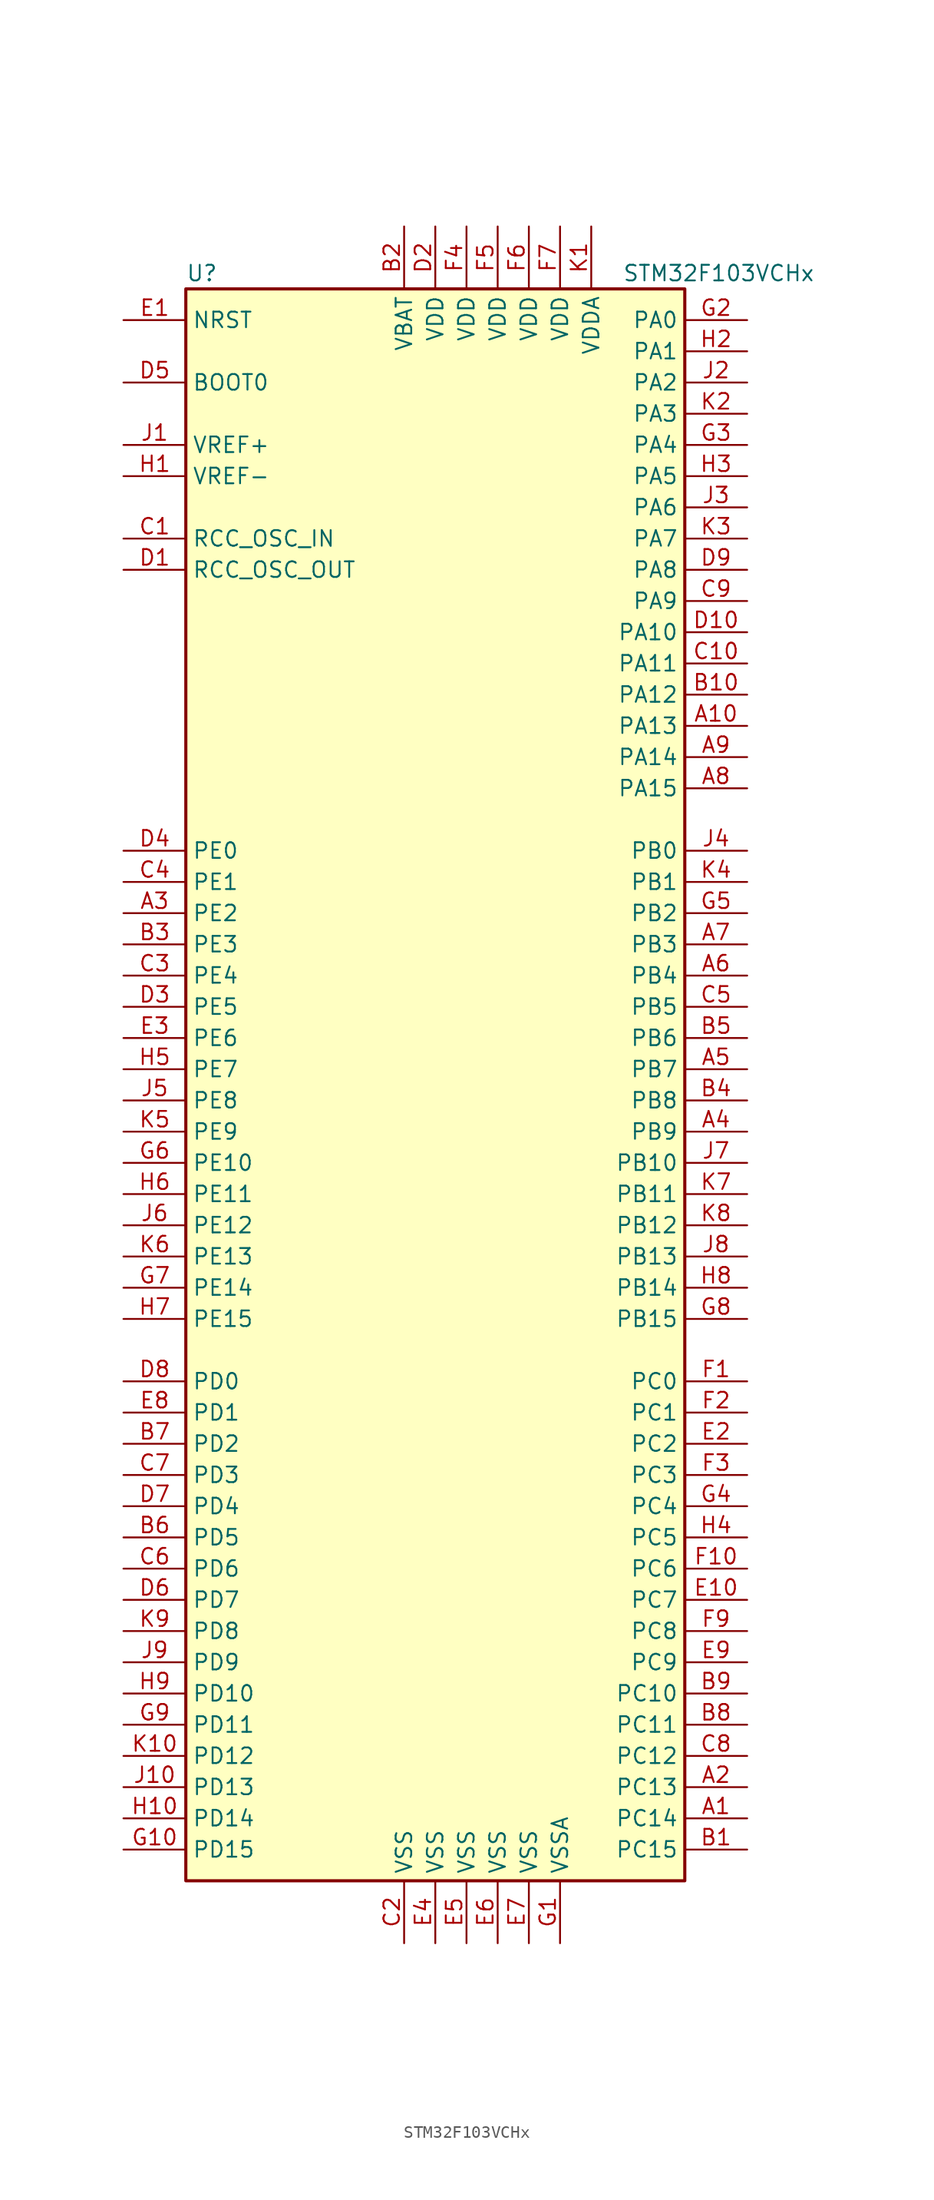
<source format=kicad_sym>
(kicad_symbol_lib
  (version 20200908)
  (generator kicad_symbol_editor)
  (symbol "MCU_ST_STM32F1:STM32F103VCHx"
    (property "Reference" "U"
      (at -20.32 64.77 0)
      (effects (font (size 1.27 1.27)) (justify left)))
    (property "Value" "STM32F103VCHx"
      (at 15.24 64.77 0)
      (effects (font (size 1.27 1.27)) (justify left)))
    (symbol "STM32F103VCHx_0_1"
      (rectangle (start -20.32 -66.04) (end 20.32 63.5) (stroke (width 0.254)) (fill (type background))))
    (symbol "STM32F103VCHx_1_1"
      (pin input line (at -25.4 55.88 0) (length 5.08) (name "BOOT0" (effects (font (size 1.27 1.27)))) (number "D5" (effects (font (size 1.27 1.27)))))
      (pin unconnected line (at -20.32 -63.5 0) (length 5.08) hide (name "NC" (effects (font (size 1.27 1.27)))) (number "F8" (effects (font (size 1.27 1.27)))))
      (pin input line (at -25.4 60.96 0) (length 5.08) (name "NRST" (effects (font (size 1.27 1.27)))) (number "E1" (effects (font (size 1.27 1.27)))))
      (pin bidirectional line (at 25.4 60.96 180) (length 5.08) (name "PA0" (effects (font (size 1.27 1.27)))) (number "G2" (effects (font (size 1.27 1.27)))))
      (pin bidirectional line (at 25.4 58.42 180) (length 5.08) (name "PA1" (effects (font (size 1.27 1.27)))) (number "H2" (effects (font (size 1.27 1.27)))))
      (pin bidirectional line (at 25.4 35.56 180) (length 5.08) (name "PA10" (effects (font (size 1.27 1.27)))) (number "D10" (effects (font (size 1.27 1.27)))))
      (pin bidirectional line (at 25.4 33.02 180) (length 5.08) (name "PA11" (effects (font (size 1.27 1.27)))) (number "C10" (effects (font (size 1.27 1.27)))))
      (pin bidirectional line (at 25.4 30.48 180) (length 5.08) (name "PA12" (effects (font (size 1.27 1.27)))) (number "B10" (effects (font (size 1.27 1.27)))))
      (pin bidirectional line (at 25.4 27.94 180) (length 5.08) (name "PA13" (effects (font (size 1.27 1.27)))) (number "A10" (effects (font (size 1.27 1.27)))))
      (pin bidirectional line (at 25.4 25.4 180) (length 5.08) (name "PA14" (effects (font (size 1.27 1.27)))) (number "A9" (effects (font (size 1.27 1.27)))))
      (pin bidirectional line (at 25.4 22.86 180) (length 5.08) (name "PA15" (effects (font (size 1.27 1.27)))) (number "A8" (effects (font (size 1.27 1.27)))))
      (pin bidirectional line (at 25.4 55.88 180) (length 5.08) (name "PA2" (effects (font (size 1.27 1.27)))) (number "J2" (effects (font (size 1.27 1.27)))))
      (pin bidirectional line (at 25.4 53.34 180) (length 5.08) (name "PA3" (effects (font (size 1.27 1.27)))) (number "K2" (effects (font (size 1.27 1.27)))))
      (pin bidirectional line (at 25.4 50.8 180) (length 5.08) (name "PA4" (effects (font (size 1.27 1.27)))) (number "G3" (effects (font (size 1.27 1.27)))))
      (pin bidirectional line (at 25.4 48.26 180) (length 5.08) (name "PA5" (effects (font (size 1.27 1.27)))) (number "H3" (effects (font (size 1.27 1.27)))))
      (pin bidirectional line (at 25.4 45.72 180) (length 5.08) (name "PA6" (effects (font (size 1.27 1.27)))) (number "J3" (effects (font (size 1.27 1.27)))))
      (pin bidirectional line (at 25.4 43.18 180) (length 5.08) (name "PA7" (effects (font (size 1.27 1.27)))) (number "K3" (effects (font (size 1.27 1.27)))))
      (pin bidirectional line (at 25.4 40.64 180) (length 5.08) (name "PA8" (effects (font (size 1.27 1.27)))) (number "D9" (effects (font (size 1.27 1.27)))))
      (pin bidirectional line (at 25.4 38.1 180) (length 5.08) (name "PA9" (effects (font (size 1.27 1.27)))) (number "C9" (effects (font (size 1.27 1.27)))))
      (pin bidirectional line (at 25.4 17.78 180) (length 5.08) (name "PB0" (effects (font (size 1.27 1.27)))) (number "J4" (effects (font (size 1.27 1.27)))))
      (pin bidirectional line (at 25.4 15.24 180) (length 5.08) (name "PB1" (effects (font (size 1.27 1.27)))) (number "K4" (effects (font (size 1.27 1.27)))))
      (pin bidirectional line (at 25.4 -7.62 180) (length 5.08) (name "PB10" (effects (font (size 1.27 1.27)))) (number "J7" (effects (font (size 1.27 1.27)))))
      (pin bidirectional line (at 25.4 -10.16 180) (length 5.08) (name "PB11" (effects (font (size 1.27 1.27)))) (number "K7" (effects (font (size 1.27 1.27)))))
      (pin bidirectional line (at 25.4 -12.7 180) (length 5.08) (name "PB12" (effects (font (size 1.27 1.27)))) (number "K8" (effects (font (size 1.27 1.27)))))
      (pin bidirectional line (at 25.4 -15.24 180) (length 5.08) (name "PB13" (effects (font (size 1.27 1.27)))) (number "J8" (effects (font (size 1.27 1.27)))))
      (pin bidirectional line (at 25.4 -17.78 180) (length 5.08) (name "PB14" (effects (font (size 1.27 1.27)))) (number "H8" (effects (font (size 1.27 1.27)))))
      (pin bidirectional line (at 25.4 -20.32 180) (length 5.08) (name "PB15" (effects (font (size 1.27 1.27)))) (number "G8" (effects (font (size 1.27 1.27)))))
      (pin bidirectional line (at 25.4 12.7 180) (length 5.08) (name "PB2" (effects (font (size 1.27 1.27)))) (number "G5" (effects (font (size 1.27 1.27)))))
      (pin bidirectional line (at 25.4 10.16 180) (length 5.08) (name "PB3" (effects (font (size 1.27 1.27)))) (number "A7" (effects (font (size 1.27 1.27)))))
      (pin bidirectional line (at 25.4 7.62 180) (length 5.08) (name "PB4" (effects (font (size 1.27 1.27)))) (number "A6" (effects (font (size 1.27 1.27)))))
      (pin bidirectional line (at 25.4 5.08 180) (length 5.08) (name "PB5" (effects (font (size 1.27 1.27)))) (number "C5" (effects (font (size 1.27 1.27)))))
      (pin bidirectional line (at 25.4 2.54 180) (length 5.08) (name "PB6" (effects (font (size 1.27 1.27)))) (number "B5" (effects (font (size 1.27 1.27)))))
      (pin bidirectional line (at 25.4 0 180) (length 5.08) (name "PB7" (effects (font (size 1.27 1.27)))) (number "A5" (effects (font (size 1.27 1.27)))))
      (pin bidirectional line (at 25.4 -2.54 180) (length 5.08) (name "PB8" (effects (font (size 1.27 1.27)))) (number "B4" (effects (font (size 1.27 1.27)))))
      (pin bidirectional line (at 25.4 -5.08 180) (length 5.08) (name "PB9" (effects (font (size 1.27 1.27)))) (number "A4" (effects (font (size 1.27 1.27)))))
      (pin bidirectional line (at 25.4 -25.4 180) (length 5.08) (name "PC0" (effects (font (size 1.27 1.27)))) (number "F1" (effects (font (size 1.27 1.27)))))
      (pin bidirectional line (at 25.4 -27.94 180) (length 5.08) (name "PC1" (effects (font (size 1.27 1.27)))) (number "F2" (effects (font (size 1.27 1.27)))))
      (pin bidirectional line (at 25.4 -50.8 180) (length 5.08) (name "PC10" (effects (font (size 1.27 1.27)))) (number "B9" (effects (font (size 1.27 1.27)))))
      (pin bidirectional line (at 25.4 -53.34 180) (length 5.08) (name "PC11" (effects (font (size 1.27 1.27)))) (number "B8" (effects (font (size 1.27 1.27)))))
      (pin bidirectional line (at 25.4 -55.88 180) (length 5.08) (name "PC12" (effects (font (size 1.27 1.27)))) (number "C8" (effects (font (size 1.27 1.27)))))
      (pin bidirectional line (at 25.4 -58.42 180) (length 5.08) (name "PC13" (effects (font (size 1.27 1.27)))) (number "A2" (effects (font (size 1.27 1.27)))))
      (pin bidirectional line (at 25.4 -60.96 180) (length 5.08) (name "PC14" (effects (font (size 1.27 1.27)))) (number "A1" (effects (font (size 1.27 1.27)))))
      (pin bidirectional line (at 25.4 -63.5 180) (length 5.08) (name "PC15" (effects (font (size 1.27 1.27)))) (number "B1" (effects (font (size 1.27 1.27)))))
      (pin bidirectional line (at 25.4 -30.48 180) (length 5.08) (name "PC2" (effects (font (size 1.27 1.27)))) (number "E2" (effects (font (size 1.27 1.27)))))
      (pin bidirectional line (at 25.4 -33.02 180) (length 5.08) (name "PC3" (effects (font (size 1.27 1.27)))) (number "F3" (effects (font (size 1.27 1.27)))))
      (pin bidirectional line (at 25.4 -35.56 180) (length 5.08) (name "PC4" (effects (font (size 1.27 1.27)))) (number "G4" (effects (font (size 1.27 1.27)))))
      (pin bidirectional line (at 25.4 -38.1 180) (length 5.08) (name "PC5" (effects (font (size 1.27 1.27)))) (number "H4" (effects (font (size 1.27 1.27)))))
      (pin bidirectional line (at 25.4 -40.64 180) (length 5.08) (name "PC6" (effects (font (size 1.27 1.27)))) (number "F10" (effects (font (size 1.27 1.27)))))
      (pin bidirectional line (at 25.4 -43.18 180) (length 5.08) (name "PC7" (effects (font (size 1.27 1.27)))) (number "E10" (effects (font (size 1.27 1.27)))))
      (pin bidirectional line (at 25.4 -45.72 180) (length 5.08) (name "PC8" (effects (font (size 1.27 1.27)))) (number "F9" (effects (font (size 1.27 1.27)))))
      (pin bidirectional line (at 25.4 -48.26 180) (length 5.08) (name "PC9" (effects (font (size 1.27 1.27)))) (number "E9" (effects (font (size 1.27 1.27)))))
      (pin bidirectional line (at -25.4 -25.4 0) (length 5.08) (name "PD0" (effects (font (size 1.27 1.27)))) (number "D8" (effects (font (size 1.27 1.27)))))
      (pin bidirectional line (at -25.4 -27.94 0) (length 5.08) (name "PD1" (effects (font (size 1.27 1.27)))) (number "E8" (effects (font (size 1.27 1.27)))))
      (pin bidirectional line (at -25.4 -50.8 0) (length 5.08) (name "PD10" (effects (font (size 1.27 1.27)))) (number "H9" (effects (font (size 1.27 1.27)))))
      (pin bidirectional line (at -25.4 -53.34 0) (length 5.08) (name "PD11" (effects (font (size 1.27 1.27)))) (number "G9" (effects (font (size 1.27 1.27)))))
      (pin bidirectional line (at -25.4 -55.88 0) (length 5.08) (name "PD12" (effects (font (size 1.27 1.27)))) (number "K10" (effects (font (size 1.27 1.27)))))
      (pin bidirectional line (at -25.4 -58.42 0) (length 5.08) (name "PD13" (effects (font (size 1.27 1.27)))) (number "J10" (effects (font (size 1.27 1.27)))))
      (pin bidirectional line (at -25.4 -60.96 0) (length 5.08) (name "PD14" (effects (font (size 1.27 1.27)))) (number "H10" (effects (font (size 1.27 1.27)))))
      (pin bidirectional line (at -25.4 -63.5 0) (length 5.08) (name "PD15" (effects (font (size 1.27 1.27)))) (number "G10" (effects (font (size 1.27 1.27)))))
      (pin bidirectional line (at -25.4 -30.48 0) (length 5.08) (name "PD2" (effects (font (size 1.27 1.27)))) (number "B7" (effects (font (size 1.27 1.27)))))
      (pin bidirectional line (at -25.4 -33.02 0) (length 5.08) (name "PD3" (effects (font (size 1.27 1.27)))) (number "C7" (effects (font (size 1.27 1.27)))))
      (pin bidirectional line (at -25.4 -35.56 0) (length 5.08) (name "PD4" (effects (font (size 1.27 1.27)))) (number "D7" (effects (font (size 1.27 1.27)))))
      (pin bidirectional line (at -25.4 -38.1 0) (length 5.08) (name "PD5" (effects (font (size 1.27 1.27)))) (number "B6" (effects (font (size 1.27 1.27)))))
      (pin bidirectional line (at -25.4 -40.64 0) (length 5.08) (name "PD6" (effects (font (size 1.27 1.27)))) (number "C6" (effects (font (size 1.27 1.27)))))
      (pin bidirectional line (at -25.4 -43.18 0) (length 5.08) (name "PD7" (effects (font (size 1.27 1.27)))) (number "D6" (effects (font (size 1.27 1.27)))))
      (pin bidirectional line (at -25.4 -45.72 0) (length 5.08) (name "PD8" (effects (font (size 1.27 1.27)))) (number "K9" (effects (font (size 1.27 1.27)))))
      (pin bidirectional line (at -25.4 -48.26 0) (length 5.08) (name "PD9" (effects (font (size 1.27 1.27)))) (number "J9" (effects (font (size 1.27 1.27)))))
      (pin bidirectional line (at -25.4 17.78 0) (length 5.08) (name "PE0" (effects (font (size 1.27 1.27)))) (number "D4" (effects (font (size 1.27 1.27)))))
      (pin bidirectional line (at -25.4 15.24 0) (length 5.08) (name "PE1" (effects (font (size 1.27 1.27)))) (number "C4" (effects (font (size 1.27 1.27)))))
      (pin bidirectional line (at -25.4 -7.62 0) (length 5.08) (name "PE10" (effects (font (size 1.27 1.27)))) (number "G6" (effects (font (size 1.27 1.27)))))
      (pin bidirectional line (at -25.4 -10.16 0) (length 5.08) (name "PE11" (effects (font (size 1.27 1.27)))) (number "H6" (effects (font (size 1.27 1.27)))))
      (pin bidirectional line (at -25.4 -12.7 0) (length 5.08) (name "PE12" (effects (font (size 1.27 1.27)))) (number "J6" (effects (font (size 1.27 1.27)))))
      (pin bidirectional line (at -25.4 -15.24 0) (length 5.08) (name "PE13" (effects (font (size 1.27 1.27)))) (number "K6" (effects (font (size 1.27 1.27)))))
      (pin bidirectional line (at -25.4 -17.78 0) (length 5.08) (name "PE14" (effects (font (size 1.27 1.27)))) (number "G7" (effects (font (size 1.27 1.27)))))
      (pin bidirectional line (at -25.4 -20.32 0) (length 5.08) (name "PE15" (effects (font (size 1.27 1.27)))) (number "H7" (effects (font (size 1.27 1.27)))))
      (pin bidirectional line (at -25.4 12.7 0) (length 5.08) (name "PE2" (effects (font (size 1.27 1.27)))) (number "A3" (effects (font (size 1.27 1.27)))))
      (pin bidirectional line (at -25.4 10.16 0) (length 5.08) (name "PE3" (effects (font (size 1.27 1.27)))) (number "B3" (effects (font (size 1.27 1.27)))))
      (pin bidirectional line (at -25.4 7.62 0) (length 5.08) (name "PE4" (effects (font (size 1.27 1.27)))) (number "C3" (effects (font (size 1.27 1.27)))))
      (pin bidirectional line (at -25.4 5.08 0) (length 5.08) (name "PE5" (effects (font (size 1.27 1.27)))) (number "D3" (effects (font (size 1.27 1.27)))))
      (pin bidirectional line (at -25.4 2.54 0) (length 5.08) (name "PE6" (effects (font (size 1.27 1.27)))) (number "E3" (effects (font (size 1.27 1.27)))))
      (pin bidirectional line (at -25.4 0 0) (length 5.08) (name "PE7" (effects (font (size 1.27 1.27)))) (number "H5" (effects (font (size 1.27 1.27)))))
      (pin bidirectional line (at -25.4 -2.54 0) (length 5.08) (name "PE8" (effects (font (size 1.27 1.27)))) (number "J5" (effects (font (size 1.27 1.27)))))
      (pin bidirectional line (at -25.4 -5.08 0) (length 5.08) (name "PE9" (effects (font (size 1.27 1.27)))) (number "K5" (effects (font (size 1.27 1.27)))))
      (pin input line (at -25.4 43.18 0) (length 5.08) (name "RCC_OSC_IN" (effects (font (size 1.27 1.27)))) (number "C1" (effects (font (size 1.27 1.27)))))
      (pin input line (at -25.4 40.64 0) (length 5.08) (name "RCC_OSC_OUT" (effects (font (size 1.27 1.27)))) (number "D1" (effects (font (size 1.27 1.27)))))
      (pin power_in line (at -2.54 68.58 270) (length 5.08) (name "VBAT" (effects (font (size 1.27 1.27)))) (number "B2" (effects (font (size 1.27 1.27)))))
      (pin power_in line (at 0 68.58 270) (length 5.08) (name "VDD" (effects (font (size 1.27 1.27)))) (number "D2" (effects (font (size 1.27 1.27)))))
      (pin power_in line (at 2.54 68.58 270) (length 5.08) (name "VDD" (effects (font (size 1.27 1.27)))) (number "F4" (effects (font (size 1.27 1.27)))))
      (pin power_in line (at 5.08 68.58 270) (length 5.08) (name "VDD" (effects (font (size 1.27 1.27)))) (number "F5" (effects (font (size 1.27 1.27)))))
      (pin power_in line (at 7.62 68.58 270) (length 5.08) (name "VDD" (effects (font (size 1.27 1.27)))) (number "F6" (effects (font (size 1.27 1.27)))))
      (pin power_in line (at 10.16 68.58 270) (length 5.08) (name "VDD" (effects (font (size 1.27 1.27)))) (number "F7" (effects (font (size 1.27 1.27)))))
      (pin power_in line (at 12.7 68.58 270) (length 5.08) (name "VDDA" (effects (font (size 1.27 1.27)))) (number "K1" (effects (font (size 1.27 1.27)))))
      (pin power_in line (at -25.4 50.8 0) (length 5.08) (name "VREF+" (effects (font (size 1.27 1.27)))) (number "J1" (effects (font (size 1.27 1.27)))))
      (pin power_in line (at -25.4 48.26 0) (length 5.08) (name "VREF-" (effects (font (size 1.27 1.27)))) (number "H1" (effects (font (size 1.27 1.27)))))
      (pin power_in line (at -2.54 -71.12 90) (length 5.08) (name "VSS" (effects (font (size 1.27 1.27)))) (number "C2" (effects (font (size 1.27 1.27)))))
      (pin power_in line (at 0 -71.12 90) (length 5.08) (name "VSS" (effects (font (size 1.27 1.27)))) (number "E4" (effects (font (size 1.27 1.27)))))
      (pin power_in line (at 2.54 -71.12 90) (length 5.08) (name "VSS" (effects (font (size 1.27 1.27)))) (number "E5" (effects (font (size 1.27 1.27)))))
      (pin power_in line (at 5.08 -71.12 90) (length 5.08) (name "VSS" (effects (font (size 1.27 1.27)))) (number "E6" (effects (font (size 1.27 1.27)))))
      (pin power_in line (at 7.62 -71.12 90) (length 5.08) (name "VSS" (effects (font (size 1.27 1.27)))) (number "E7" (effects (font (size 1.27 1.27)))))
      (pin power_in line (at 10.16 -71.12 90) (length 5.08) (name "VSSA" (effects (font (size 1.27 1.27)))) (number "G1" (effects (font (size 1.27 1.27))))))))
</source>
